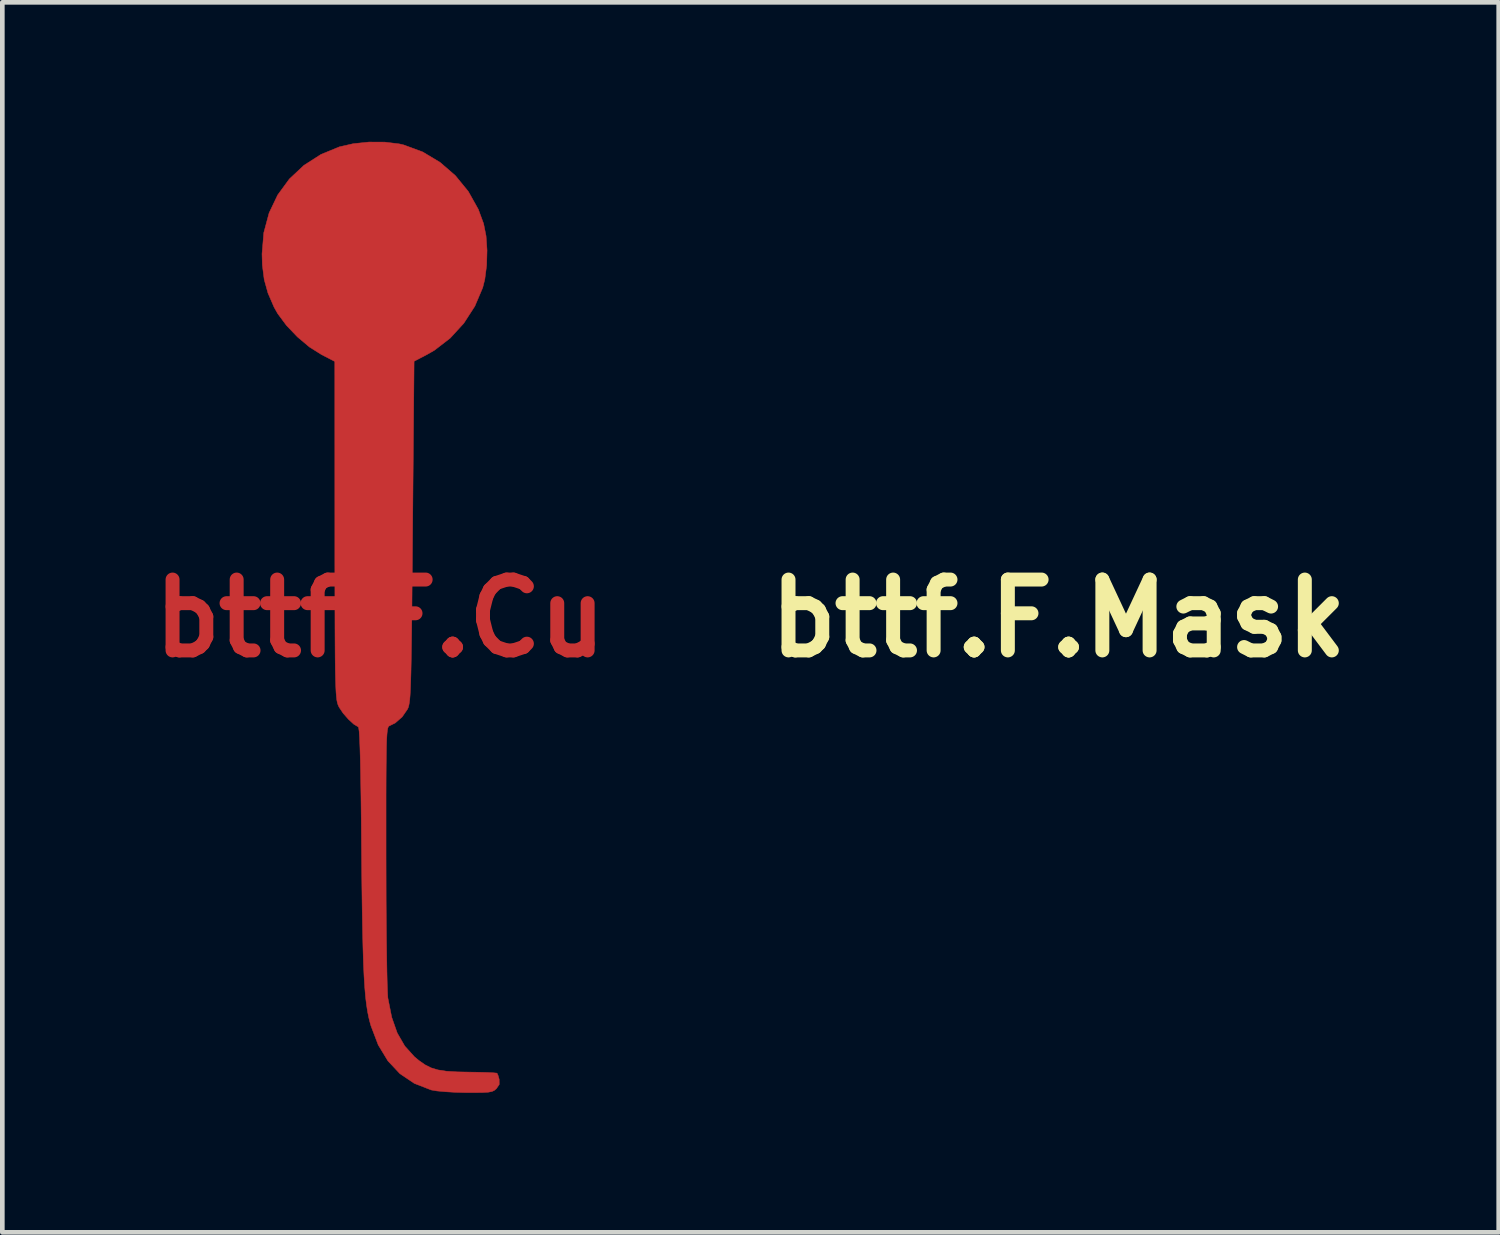
<source format=kicad_pcb>
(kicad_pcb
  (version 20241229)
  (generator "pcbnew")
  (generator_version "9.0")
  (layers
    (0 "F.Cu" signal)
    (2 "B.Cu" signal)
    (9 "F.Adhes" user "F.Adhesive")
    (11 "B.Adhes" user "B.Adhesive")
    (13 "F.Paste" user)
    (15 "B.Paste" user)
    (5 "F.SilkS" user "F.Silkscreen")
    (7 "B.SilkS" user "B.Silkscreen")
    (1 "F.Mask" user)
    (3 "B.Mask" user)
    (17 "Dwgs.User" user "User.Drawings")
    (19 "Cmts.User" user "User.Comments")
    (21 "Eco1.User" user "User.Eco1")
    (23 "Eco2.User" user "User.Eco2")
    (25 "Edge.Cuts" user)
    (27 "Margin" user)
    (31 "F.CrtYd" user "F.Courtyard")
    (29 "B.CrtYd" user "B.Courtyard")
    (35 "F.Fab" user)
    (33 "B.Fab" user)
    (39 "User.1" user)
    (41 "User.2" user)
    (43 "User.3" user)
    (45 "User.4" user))
  (footprint "bttf.F.Mask"
    (layer "F.Cu")
    (at 19.713 10.248)
    (property "Reference" "bttf.F.Mask" (at 0 0 0) (layer "F.SilkS") (effects (font (size 1.524 1.524) (thickness 0.3))))
    (attr through_hole)
    (fp_poly (pts (xy 0.1 -10.242) (xy 0.411 -10.204) (xy 0.506 -10.182) (xy 0.915 -10.031) (xy 1.289 -9.807) (xy 1.619 -9.521) (xy 1.897 -9.181) (xy 2.112 -8.797) (xy 2.226 -8.488) (xy 2.279 -8.223) (xy 2.3 -7.914) (xy 2.291 -7.592) (xy 2.252 -7.291) (xy 2.207 -7.112) (xy 2.038 -6.714) (xy 1.801 -6.347) (xy 1.508 -6.027) (xy 1.17 -5.766) (xy 1.008 -5.673) (xy 0.731 -5.529) (xy 0.699 -1.865) (xy 0.694 -1.222) (xy 0.688 -0.658) (xy 0.684 -0.168) (xy 0.679 0.254) (xy 0.674 0.612) (xy 0.669 0.914) (xy 0.664 1.164) (xy 0.658 1.367) (xy 0.652 1.53) (xy 0.645 1.656) (xy 0.637 1.753) (xy 0.627 1.826) (xy 0.617 1.879) (xy 0.605 1.919) (xy 0.591 1.95) (xy 0.589 1.954) (xy 0.474 2.12) (xy 0.325 2.25) (xy 0.208 2.308) (xy 0.192 2.316) (xy 0.178 2.331) (xy 0.166 2.36) (xy 0.157 2.409) (xy 0.149 2.484) (xy 0.142 2.591) (xy 0.137 2.736) (xy 0.134 2.925) (xy 0.131 3.165) (xy 0.129 3.461) (xy 0.128 3.82) (xy 0.128 4.247) (xy 0.128 4.749) (xy 0.128 5.115) (xy 0.129 5.601) (xy 0.13 6.068) (xy 0.133 6.509) (xy 0.137 6.916) (xy 0.142 7.28) (xy 0.147 7.593) (xy 0.153 7.848) (xy 0.16 8.038) (xy 0.166 8.152) (xy 0.169 8.172) (xy 0.25 8.579) (xy 0.369 8.918) (xy 0.531 9.198) (xy 0.739 9.429) (xy 0.838 9.511) (xy 0.969 9.602) (xy 1.099 9.667) (xy 1.246 9.711) (xy 1.428 9.739) (xy 1.662 9.753) (xy 1.915 9.758) (xy 2.128 9.761) (xy 2.308 9.766) (xy 2.441 9.773) (xy 2.509 9.78) (xy 2.515 9.782) (xy 2.538 9.832) (xy 2.561 9.913) (xy 2.562 10.024) (xy 2.501 10.114) (xy 2.459 10.15) (xy 2.406 10.175) (xy 2.326 10.19) (xy 2.205 10.197) (xy 2.026 10.199) (xy 1.852 10.199) (xy 1.62 10.193) (xy 1.402 10.18) (xy 1.22 10.163) (xy 1.099 10.142) (xy 1.096 10.141) (xy 0.736 10.001) (xy 0.427 9.793) (xy 0.168 9.517) (xy -0.04 9.174) (xy -0.196 8.764) (xy -0.211 8.714) (xy -0.242 8.592) (xy -0.269 8.459) (xy -0.292 8.31) (xy -0.313 8.138) (xy -0.33 7.935) (xy -0.345 7.697) (xy -0.358 7.415) (xy -0.368 7.084) (xy -0.377 6.697) (xy -0.385 6.247) (xy -0.392 5.728) (xy -0.398 5.133) (xy -0.4 4.911) (xy -0.405 4.328) (xy -0.411 3.827) (xy -0.418 3.404) (xy -0.425 3.056) (xy -0.433 2.781) (xy -0.441 2.574) (xy -0.45 2.433) (xy -0.461 2.354) (xy -0.469 2.334) (xy -0.566 2.276) (xy -0.682 2.169) (xy -0.795 2.04) (xy -0.88 1.913) (xy -0.895 1.884) (xy -0.908 1.851) (xy -0.92 1.81) (xy -0.931 1.756) (xy -0.939 1.685) (xy -0.947 1.59) (xy -0.953 1.465) (xy -0.958 1.306) (xy -0.963 1.106) (xy -0.966 0.861) (xy -0.968 0.564) (xy -0.97 0.211) (xy -0.971 -0.205) (xy -0.972 -0.689) (xy -0.973 -1.246) (xy -0.973 -1.882) (xy -0.973 -1.905) (xy -0.974 -5.524) (xy -1.26 -5.672) (xy -1.519 -5.835) (xy -1.777 -6.052) (xy -2.013 -6.299) (xy -2.203 -6.555) (xy -2.28 -6.692) (xy -2.411 -6.995) (xy -2.492 -7.285) (xy -2.532 -7.597) (xy -2.539 -7.838) (xy -2.501 -8.294) (xy -2.387 -8.719) (xy -2.202 -9.106) (xy -1.951 -9.449) (xy -1.639 -9.742) (xy -1.272 -9.977) (xy -0.876 -10.14) (xy -0.577 -10.208) (xy -0.241 -10.243) (xy 0.1 -10.242)) (stroke (width 0.01) (type solid)) (fill yes) (layer "F.Mask")))
  (footprint "bttf.F.Cu"
    (layer "F.Cu")
    (at 5.124 10.248)
    (property "Reference" "bttf.F.Cu" (at 0 0 0) (layer "F.Cu") (effects (font (size 1.524 1.524) (thickness 0.3))))
    (attr through_hole)
    (fp_poly (pts (xy 0.1 -10.242) (xy 0.411 -10.204) (xy 0.506 -10.182) (xy 0.915 -10.031) (xy 1.289 -9.807) (xy 1.619 -9.521) (xy 1.897 -9.181) (xy 2.112 -8.797) (xy 2.226 -8.488) (xy 2.279 -8.223) (xy 2.3 -7.914) (xy 2.291 -7.592) (xy 2.252 -7.291) (xy 2.207 -7.112) (xy 2.038 -6.714) (xy 1.801 -6.347) (xy 1.508 -6.027) (xy 1.17 -5.766) (xy 1.008 -5.673) (xy 0.731 -5.529) (xy 0.699 -1.865) (xy 0.694 -1.222) (xy 0.688 -0.658) (xy 0.684 -0.168) (xy 0.679 0.254) (xy 0.674 0.612) (xy 0.669 0.914) (xy 0.664 1.164) (xy 0.658 1.367) (xy 0.652 1.53) (xy 0.645 1.656) (xy 0.637 1.753) (xy 0.627 1.826) (xy 0.617 1.879) (xy 0.605 1.919) (xy 0.591 1.95) (xy 0.589 1.954) (xy 0.474 2.12) (xy 0.325 2.25) (xy 0.208 2.308) (xy 0.192 2.316) (xy 0.178 2.331) (xy 0.166 2.36) (xy 0.157 2.409) (xy 0.149 2.484) (xy 0.142 2.591) (xy 0.137 2.736) (xy 0.134 2.925) (xy 0.131 3.165) (xy 0.129 3.461) (xy 0.128 3.82) (xy 0.128 4.247) (xy 0.128 4.749) (xy 0.128 5.115) (xy 0.129 5.601) (xy 0.13 6.068) (xy 0.133 6.509) (xy 0.137 6.916) (xy 0.142 7.28) (xy 0.147 7.593) (xy 0.153 7.848) (xy 0.16 8.038) (xy 0.166 8.152) (xy 0.169 8.172) (xy 0.25 8.579) (xy 0.369 8.918) (xy 0.531 9.198) (xy 0.739 9.429) (xy 0.838 9.511) (xy 0.969 9.602) (xy 1.099 9.667) (xy 1.246 9.711) (xy 1.428 9.739) (xy 1.662 9.753) (xy 1.915 9.758) (xy 2.128 9.761) (xy 2.308 9.766) (xy 2.441 9.773) (xy 2.509 9.78) (xy 2.515 9.782) (xy 2.538 9.832) (xy 2.561 9.913) (xy 2.562 10.024) (xy 2.501 10.114) (xy 2.459 10.15) (xy 2.406 10.175) (xy 2.326 10.19) (xy 2.205 10.197) (xy 2.026 10.199) (xy 1.852 10.199) (xy 1.62 10.193) (xy 1.402 10.18) (xy 1.22 10.163) (xy 1.099 10.142) (xy 1.096 10.141) (xy 0.736 10.001) (xy 0.427 9.793) (xy 0.168 9.517) (xy -0.04 9.174) (xy -0.196 8.764) (xy -0.211 8.714) (xy -0.242 8.592) (xy -0.269 8.459) (xy -0.292 8.31) (xy -0.313 8.138) (xy -0.33 7.935) (xy -0.345 7.697) (xy -0.358 7.415) (xy -0.368 7.084) (xy -0.377 6.697) (xy -0.385 6.247) (xy -0.392 5.728) (xy -0.398 5.133) (xy -0.4 4.911) (xy -0.405 4.328) (xy -0.411 3.827) (xy -0.418 3.404) (xy -0.425 3.056) (xy -0.433 2.781) (xy -0.441 2.574) (xy -0.45 2.433) (xy -0.461 2.354) (xy -0.469 2.334) (xy -0.566 2.276) (xy -0.682 2.169) (xy -0.795 2.04) (xy -0.88 1.913) (xy -0.895 1.884) (xy -0.908 1.851) (xy -0.92 1.81) (xy -0.931 1.756) (xy -0.939 1.685) (xy -0.947 1.59) (xy -0.953 1.465) (xy -0.958 1.306) (xy -0.963 1.106) (xy -0.966 0.861) (xy -0.968 0.564) (xy -0.97 0.211) (xy -0.971 -0.205) (xy -0.972 -0.689) (xy -0.973 -1.246) (xy -0.973 -1.882) (xy -0.973 -1.905) (xy -0.974 -5.524) (xy -1.26 -5.672) (xy -1.519 -5.835) (xy -1.777 -6.052) (xy -2.013 -6.299) (xy -2.203 -6.555) (xy -2.28 -6.692) (xy -2.411 -6.995) (xy -2.492 -7.285) (xy -2.532 -7.597) (xy -2.539 -7.838) (xy -2.501 -8.294) (xy -2.387 -8.719) (xy -2.202 -9.106) (xy -1.951 -9.449) (xy -1.639 -9.742) (xy -1.272 -9.977) (xy -0.876 -10.14) (xy -0.577 -10.208) (xy -0.241 -10.243) (xy 0.1 -10.242)) (stroke (width 0.01) (type solid)) (fill yes) (layer "F.Cu")))
  (gr_rect
    (start -3 -3)
    (end 29.18 23.452)
    (stroke (width 0.1) (type default))
    (fill no)
    (layer "Edge.Cuts")))
</source>
